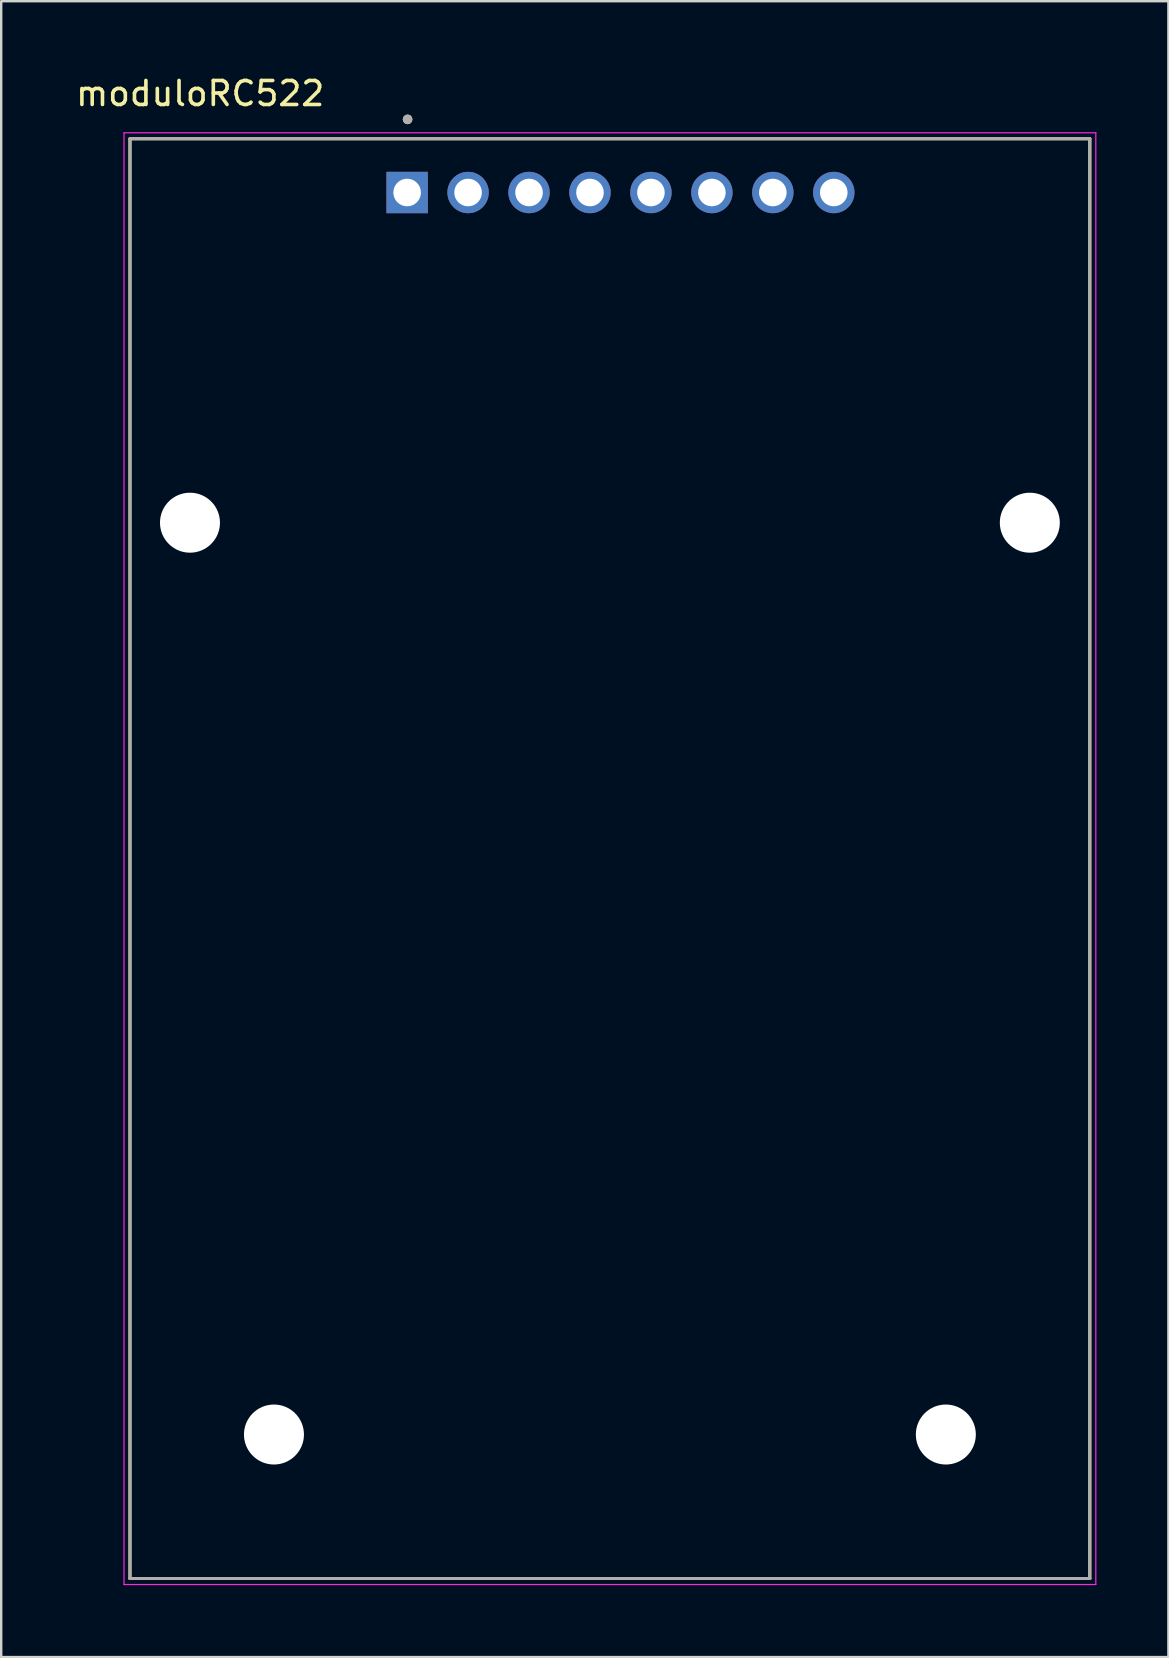
<source format=kicad_pcb>
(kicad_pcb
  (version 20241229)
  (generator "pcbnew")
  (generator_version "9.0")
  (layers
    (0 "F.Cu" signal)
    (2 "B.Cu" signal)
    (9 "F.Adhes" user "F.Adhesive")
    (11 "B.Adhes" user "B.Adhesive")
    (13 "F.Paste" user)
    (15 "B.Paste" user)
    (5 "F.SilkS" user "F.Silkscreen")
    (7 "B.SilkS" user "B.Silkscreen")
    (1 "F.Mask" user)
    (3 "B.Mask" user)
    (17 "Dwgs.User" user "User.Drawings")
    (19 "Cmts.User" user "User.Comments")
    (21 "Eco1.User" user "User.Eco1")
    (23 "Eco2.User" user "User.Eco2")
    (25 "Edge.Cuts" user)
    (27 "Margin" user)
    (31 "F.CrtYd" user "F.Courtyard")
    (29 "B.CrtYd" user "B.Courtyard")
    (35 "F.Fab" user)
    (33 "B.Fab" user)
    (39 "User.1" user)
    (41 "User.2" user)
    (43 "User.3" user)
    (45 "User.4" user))
  (footprint "moduloRC522"
    (layer "F.Cu")
    (at 22.367 32.733)
    (property "Reference" "moduloRC522" (at -17.075 -31.885 0) (layer "F.SilkS") (effects (font (size 1 1) (thickness 0.15))))
    (attr through_hole)
    (fp_line (start -20 -30) (end 20 -30) (stroke (width 0.127) (type solid)) (layer "F.SilkS"))
    (fp_line (start -20 30) (end -20 -30) (stroke (width 0.127) (type solid)) (layer "F.SilkS"))
    (fp_line (start 20 -30) (end 20 30) (stroke (width 0.127) (type solid)) (layer "F.SilkS"))
    (fp_line (start 20 30) (end -20 30) (stroke (width 0.127) (type solid)) (layer "F.SilkS"))
    (fp_circle (center -8.431 -30.808) (end -8.331 -30.808) (stroke (width 0.2) (type solid)) (fill no) (layer "F.SilkS"))
    (fp_line (start -20.25 -30.25) (end -20.25 30.25) (stroke (width 0.05) (type solid)) (layer "F.CrtYd"))
    (fp_line (start -20.25 30.25) (end 20.25 30.25) (stroke (width 0.05) (type solid)) (layer "F.CrtYd"))
    (fp_line (start 20.25 -30.25) (end -20.25 -30.25) (stroke (width 0.05) (type solid)) (layer "F.CrtYd"))
    (fp_line (start 20.25 30.25) (end 20.25 -30.25) (stroke (width 0.05) (type solid)) (layer "F.CrtYd"))
    (fp_line (start -20 -30) (end 20 -30) (stroke (width 0.127) (type solid)) (layer "F.Fab"))
    (fp_line (start -20 30) (end -20 -30) (stroke (width 0.127) (type solid)) (layer "F.Fab"))
    (fp_line (start 20 -30) (end 20 30) (stroke (width 0.127) (type solid)) (layer "F.Fab"))
    (fp_line (start 20 30) (end -20 30) (stroke (width 0.127) (type solid)) (layer "F.Fab"))
    (fp_circle (center -8.431 -30.808) (end -8.331 -30.808) (stroke (width 0.2) (type solid)) (fill no) (layer "F.Fab"))
    (pad "" np_thru_hole circle (at -17.5 -14) (size 2.5 2.5) (drill 2.5) (layers "*.Cu" "*.Mask"))
    (pad "" np_thru_hole circle (at -14 24) (size 2.5 2.5) (drill 2.5) (layers "*.Cu" "*.Mask"))
    (pad "" np_thru_hole circle (at 14 24) (size 2.5 2.5) (drill 2.5) (layers "*.Cu" "*.Mask"))
    (pad "" np_thru_hole circle (at 17.5 -14) (size 2.5 2.5) (drill 2.5) (layers "*.Cu" "*.Mask"))
    (pad "1" thru_hole rect (at -8.45 -27.76) (size 1.725 1.725) (drill 1.15) (layers "*.Cu" "*.Mask"))
    (pad "2" thru_hole circle (at -5.91 -27.76) (size 1.725 1.725) (drill 1.15) (layers "*.Cu" "*.Mask"))
    (pad "3" thru_hole circle (at -3.37 -27.76) (size 1.725 1.725) (drill 1.15) (layers "*.Cu" "*.Mask"))
    (pad "4" thru_hole circle (at -0.83 -27.76) (size 1.725 1.725) (drill 1.15) (layers "*.Cu" "*.Mask"))
    (pad "5" thru_hole circle (at 1.71 -27.76) (size 1.725 1.725) (drill 1.15) (layers "*.Cu" "*.Mask"))
    (pad "6" thru_hole circle (at 4.25 -27.76) (size 1.725 1.725) (drill 1.15) (layers "*.Cu" "*.Mask"))
    (pad "7" thru_hole circle (at 6.79 -27.76) (size 1.725 1.725) (drill 1.15) (layers "*.Cu" "*.Mask"))
    (pad "8" thru_hole circle (at 9.33 -27.76) (size 1.725 1.725) (drill 1.15) (layers "*.Cu" "*.Mask")))
  (gr_rect
    (start -3 -3)
    (end 45.642 66.008)
    (stroke (width 0.1) (type default))
    (fill no)
    (layer "Edge.Cuts")))
</source>
